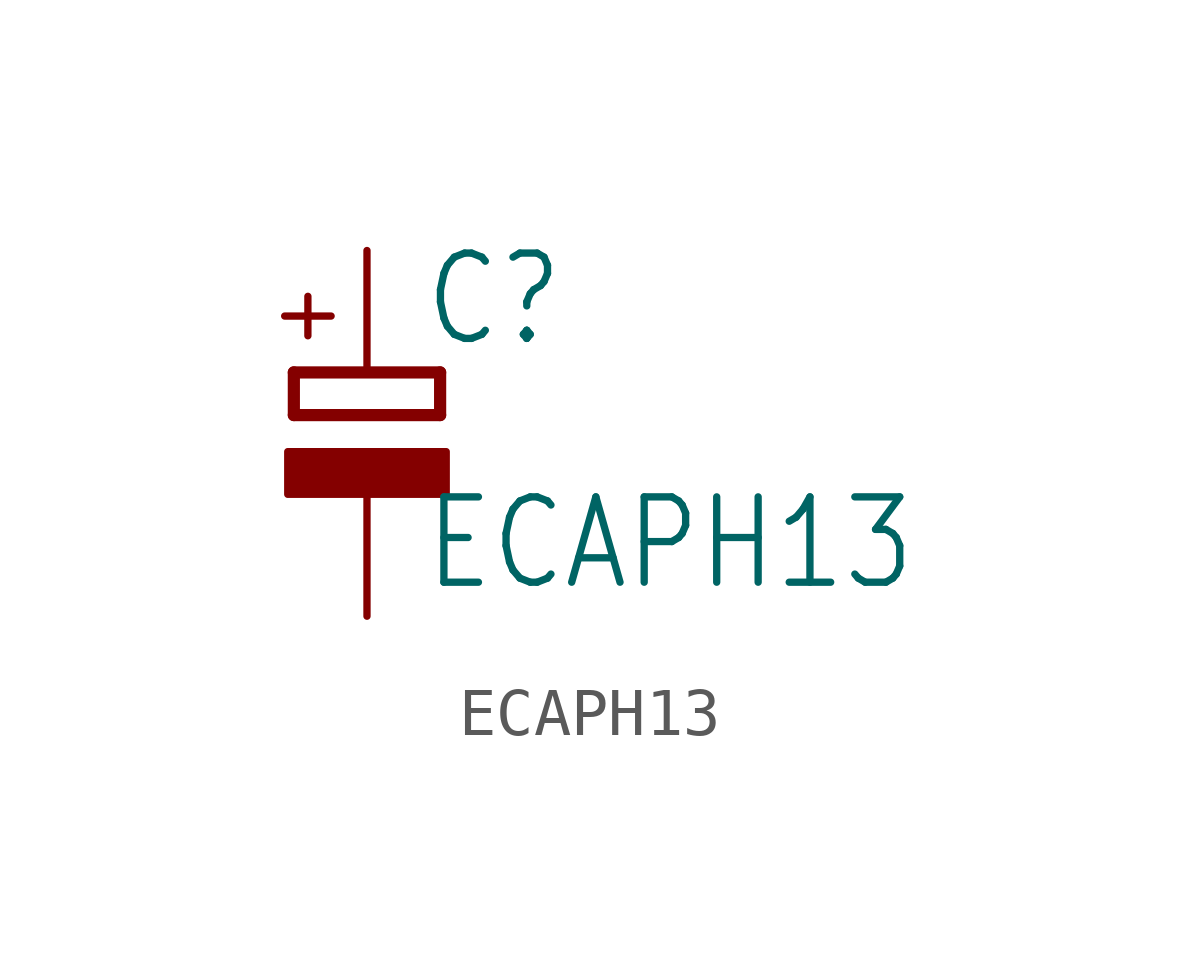
<source format=kicad_sym>
(kicad_symbol_lib
  (version 20211014)
  (generator kicad_symbol_editor)
  (symbol "ECAPH13"
    (property "Reference" "C"
      (at 1.143 0.483 0)
      (effects (font (size 1.778 1.511)) (justify left bottom)))
    (property "Value" "ECAPH13"
      (at 1.143 -4.597 0)
      (effects (font (size 1.778 1.511)) (justify left bottom)))
    (property "ki_locked" ""
      (at 0 0 0)
      (effects (font (size 1.27 1.27))))
    (symbol "ECAPH13_1_0"
      (rectangle (start -1.651 -2.54) (end 1.651 -1.651) (stroke (width 0) (type default) (color 0 0 0 0)) (fill (type outline)))
      (polyline (pts (xy -1.524 -0.889) (xy 1.524 -0.889)) (stroke (width 0.254) (type default) (color 0 0 0 0)) (fill (type none)))
      (polyline (pts (xy -1.524 0) (xy -1.524 -0.889)) (stroke (width 0.254) (type default) (color 0 0 0 0)) (fill (type none)))
      (polyline (pts (xy -1.524 0) (xy 1.524 0)) (stroke (width 0.254) (type default) (color 0 0 0 0)) (fill (type none)))
      (polyline (pts (xy 1.524 -0.889) (xy 1.524 0)) (stroke (width 0.254) (type default) (color 0 0 0 0)) (fill (type none)))
      (text "+" (at -0.584 0.406 900) (effects (font (size 1.27 1.079)) (justify left bottom)))
      (pin passive line (at 0 2.54 270) (length 2.54) (name "+" (effects (font (size 0 0)))) (number "+" (effects (font (size 0 0)))))
      (pin passive line (at 0 -5.08 90) (length 2.54) (name "-" (effects (font (size 0 0)))) (number "-" (effects (font (size 0 0))))))))
</source>
